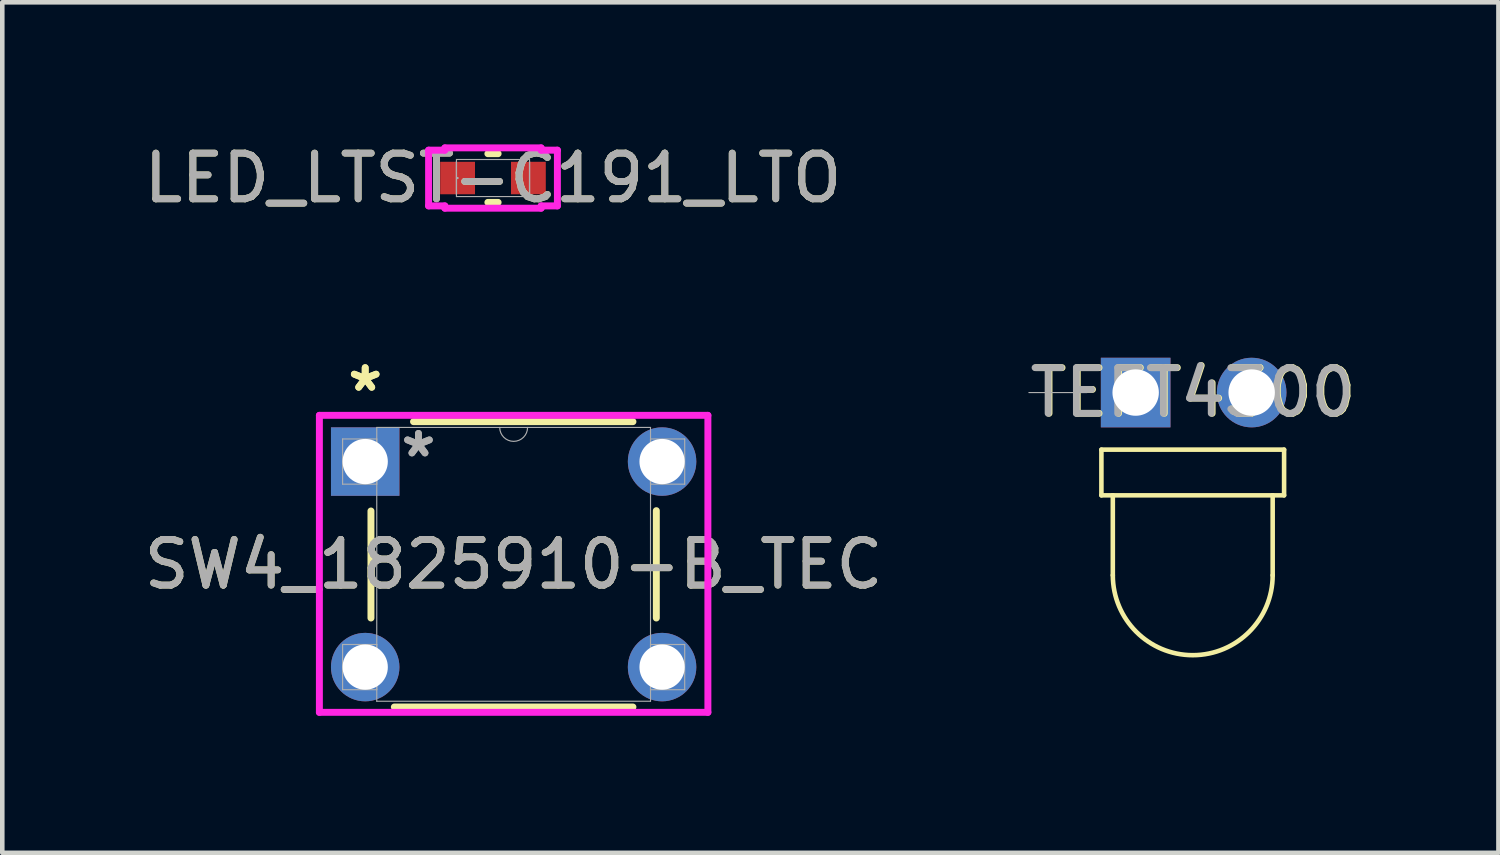
<source format=kicad_pcb>
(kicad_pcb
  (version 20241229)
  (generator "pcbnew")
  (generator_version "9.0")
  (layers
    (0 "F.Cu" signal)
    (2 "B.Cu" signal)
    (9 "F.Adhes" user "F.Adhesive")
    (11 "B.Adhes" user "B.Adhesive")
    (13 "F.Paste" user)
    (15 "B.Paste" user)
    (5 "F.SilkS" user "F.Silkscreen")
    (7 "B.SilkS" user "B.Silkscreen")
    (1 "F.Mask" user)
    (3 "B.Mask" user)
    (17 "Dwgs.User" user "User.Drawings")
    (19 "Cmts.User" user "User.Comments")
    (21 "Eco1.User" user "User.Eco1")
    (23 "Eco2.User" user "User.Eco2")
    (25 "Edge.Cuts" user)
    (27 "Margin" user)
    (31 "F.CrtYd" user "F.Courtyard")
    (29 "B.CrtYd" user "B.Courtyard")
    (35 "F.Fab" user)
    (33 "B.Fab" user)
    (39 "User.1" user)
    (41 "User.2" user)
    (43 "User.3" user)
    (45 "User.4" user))
  (footprint "SW4_1825910-B_TEC"
    (layer "F.Cu")
    (at 11.446 11.556)
    (property "Reference" "SW4_1825910-B_TEC" (at -3.25 -2.25 0) (unlocked yes) (layer "F.SilkS") (effects (font (size 1 1) (thickness 0.15))))
    (attr through_hole)
    (fp_line (start -6.374 -3.418) (end -6.374 -1.075) (stroke (width 0.152) (type solid)) (layer "F.SilkS"))
    (fp_line (start -5.862 0.874) (end -0.638 0.874) (stroke (width 0.152) (type solid)) (layer "F.SilkS"))
    (fp_line (start -0.638 -5.374) (end -5.442 -5.374) (stroke (width 0.152) (type solid)) (layer "F.SilkS"))
    (fp_line (start -0.126 -1.075) (end -0.126 -3.425) (stroke (width 0.152) (type solid)) (layer "F.SilkS"))
    (fp_line (start -7.503 -5.512) (end 1.003 -5.512) (stroke (width 0.152) (type solid)) (layer "F.CrtYd"))
    (fp_line (start -7.503 0.991) (end -7.503 -5.512) (stroke (width 0.152) (type solid)) (layer "F.CrtYd"))
    (fp_line (start 1.003 -5.512) (end 1.003 0.991) (stroke (width 0.152) (type solid)) (layer "F.CrtYd"))
    (fp_line (start 1.003 0.991) (end -7.503 0.991) (stroke (width 0.152) (type solid)) (layer "F.CrtYd"))
    (fp_line (start -6.995 -4.995) (end -6.995 -4.005) (stroke (width 0.025) (type solid)) (layer "F.Fab"))
    (fp_line (start -6.995 -4.005) (end -6.247 -4.005) (stroke (width 0.025) (type solid)) (layer "F.Fab"))
    (fp_line (start -6.995 -0.495) (end -6.995 0.495) (stroke (width 0.025) (type solid)) (layer "F.Fab"))
    (fp_line (start -6.995 0.495) (end -6.247 0.495) (stroke (width 0.025) (type solid)) (layer "F.Fab"))
    (fp_line (start -6.247 -5.247) (end -6.247 0.747) (stroke (width 0.025) (type solid)) (layer "F.Fab"))
    (fp_line (start -6.247 -4.995) (end -6.995 -4.995) (stroke (width 0.025) (type solid)) (layer "F.Fab"))
    (fp_line (start -6.247 -4.005) (end -6.247 -4.995) (stroke (width 0.025) (type solid)) (layer "F.Fab"))
    (fp_line (start -6.247 -0.495) (end -6.995 -0.495) (stroke (width 0.025) (type solid)) (layer "F.Fab"))
    (fp_line (start -6.247 0.495) (end -6.247 -0.495) (stroke (width 0.025) (type solid)) (layer "F.Fab"))
    (fp_line (start -6.247 0.747) (end -0.253 0.747) (stroke (width 0.025) (type solid)) (layer "F.Fab"))
    (fp_line (start -0.253 -5.247) (end -6.247 -5.247) (stroke (width 0.025) (type solid)) (layer "F.Fab"))
    (fp_line (start -0.253 -4.995) (end -0.253 -4.005) (stroke (width 0.025) (type solid)) (layer "F.Fab"))
    (fp_line (start -0.253 -4.005) (end 0.495 -4.005) (stroke (width 0.025) (type solid)) (layer "F.Fab"))
    (fp_line (start -0.253 -0.495) (end -0.253 0.495) (stroke (width 0.025) (type solid)) (layer "F.Fab"))
    (fp_line (start -0.253 0.495) (end 0.495 0.495) (stroke (width 0.025) (type solid)) (layer "F.Fab"))
    (fp_line (start -0.253 0.747) (end -0.253 -5.247) (stroke (width 0.025) (type solid)) (layer "F.Fab"))
    (fp_line (start 0.495 -4.995) (end -0.253 -4.995) (stroke (width 0.025) (type solid)) (layer "F.Fab"))
    (fp_line (start 0.495 -4.005) (end 0.495 -4.995) (stroke (width 0.025) (type solid)) (layer "F.Fab"))
    (fp_line (start 0.495 -0.495) (end -0.253 -0.495) (stroke (width 0.025) (type solid)) (layer "F.Fab"))
    (fp_line (start 0.495 0.495) (end 0.495 -0.495) (stroke (width 0.025) (type solid)) (layer "F.Fab"))
    (fp_arc (start -2.9452 -5.247201) (mid -3.25 -4.942401) (end -3.5548 -5.247201) (stroke (width 0.0254) (type solid)) (layer "F.Fab"))
    (fp_text user "*" (at -6.5 -6.011 0) (layer "F.SilkS") (effects (font (size 1 1) (thickness 0.15))))
    (fp_text user "*" (at -6.5 -6.011 0) (unlocked yes) (layer "F.SilkS") (effects (font (size 1 1) (thickness 0.15))))
    (fp_text user "*" (at -5.334 -4.572 0) (unlocked yes) (layer "F.Fab") (effects (font (size 1 1) (thickness 0.15))))
    (fp_text user "${REFERENCE}" (at -3.25 -2.25 0) (unlocked yes) (layer "F.Fab") (effects (font (size 1 1) (thickness 0.15))))
    (fp_text user "*" (at -5.334 -4.572 0) (layer "F.Fab") (effects (font (size 1 1) (thickness 0.15))))
    (pad "1" thru_hole rect (at -6.5 -4.5) (size 1.499 1.499) (drill 0.991) (layers "*.Cu" "*.Mask"))
    (pad "2" thru_hole circle (at 0.000001 -4.5) (size 1.499 1.499) (drill 0.991) (layers "*.Cu" "*.Mask"))
    (pad "3" thru_hole circle (at -6.5 0) (size 1.499 1.499) (drill 0.991) (layers "*.Cu" "*.Mask"))
    (pad "4" thru_hole circle (at 0.000001 0) (size 1.499 1.499) (drill 0.991) (layers "*.Cu" "*.Mask")))
  (footprint "LED_LTST-C191_LTO"
    (layer "F.Cu")
    (at 7.744 0.848)
    (property "Reference" "LED_LTST-C191_LTO" (at 0 0 0) (unlocked yes) (layer "F.SilkS") (effects (font (size 1 1) (thickness 0.15))))
    (attr smd)
    (fp_line (start -0.112 0.533) (end 0.112 0.533) (stroke (width 0.152) (type solid)) (layer "F.SilkS"))
    (fp_line (start 0.112 -0.533) (end -0.112 -0.533) (stroke (width 0.152) (type solid)) (layer "F.SilkS"))
    (fp_line (start -1.41 -0.61) (end -1.054 -0.61) (stroke (width 0.152) (type solid)) (layer "F.CrtYd"))
    (fp_line (start -1.41 0.61) (end -1.41 -0.61) (stroke (width 0.152) (type solid)) (layer "F.CrtYd"))
    (fp_line (start -1.054 -0.66) (end 1.054 -0.66) (stroke (width 0.152) (type solid)) (layer "F.CrtYd"))
    (fp_line (start -1.054 -0.61) (end -1.054 -0.66) (stroke (width 0.152) (type solid)) (layer "F.CrtYd"))
    (fp_line (start -1.054 0.61) (end -1.41 0.61) (stroke (width 0.152) (type solid)) (layer "F.CrtYd"))
    (fp_line (start -1.054 0.66) (end -1.054 0.61) (stroke (width 0.152) (type solid)) (layer "F.CrtYd"))
    (fp_line (start 1.054 -0.66) (end 1.054 -0.61) (stroke (width 0.152) (type solid)) (layer "F.CrtYd"))
    (fp_line (start 1.054 -0.61) (end 1.41 -0.61) (stroke (width 0.152) (type solid)) (layer "F.CrtYd"))
    (fp_line (start 1.054 0.61) (end 1.054 0.66) (stroke (width 0.152) (type solid)) (layer "F.CrtYd"))
    (fp_line (start 1.054 0.66) (end -1.054 0.66) (stroke (width 0.152) (type solid)) (layer "F.CrtYd"))
    (fp_line (start 1.41 -0.61) (end 1.41 0.61) (stroke (width 0.152) (type solid)) (layer "F.CrtYd"))
    (fp_line (start 1.41 0.61) (end 1.054 0.61) (stroke (width 0.152) (type solid)) (layer "F.CrtYd"))
    (fp_line (start -0.8 -0.406) (end -0.8 0.406) (stroke (width 0.025) (type solid)) (layer "F.Fab"))
    (fp_line (start -0.8 -0.356) (end -0.8 -0.356) (stroke (width 0.025) (type solid)) (layer "F.Fab"))
    (fp_line (start -0.8 -0.356) (end -0.8 0.356) (stroke (width 0.025) (type solid)) (layer "F.Fab"))
    (fp_line (start -0.8 0.356) (end -0.8 -0.356) (stroke (width 0.025) (type solid)) (layer "F.Fab"))
    (fp_line (start -0.8 0.356) (end -0.8 0.356) (stroke (width 0.025) (type solid)) (layer "F.Fab"))
    (fp_line (start -0.8 0.406) (end 0.8 0.406) (stroke (width 0.025) (type solid)) (layer "F.Fab"))
    (fp_line (start 0.8 -0.406) (end -0.8 -0.406) (stroke (width 0.025) (type solid)) (layer "F.Fab"))
    (fp_line (start 0.8 -0.356) (end 0.8 -0.356) (stroke (width 0.025) (type solid)) (layer "F.Fab"))
    (fp_line (start 0.8 -0.356) (end 0.8 0.356) (stroke (width 0.025) (type solid)) (layer "F.Fab"))
    (fp_line (start 0.8 0.356) (end 0.8 -0.356) (stroke (width 0.025) (type solid)) (layer "F.Fab"))
    (fp_line (start 0.8 0.356) (end 0.8 0.356) (stroke (width 0.025) (type solid)) (layer "F.Fab"))
    (fp_line (start 0.8 0.406) (end 0.8 -0.406) (stroke (width 0.025) (type solid)) (layer "F.Fab"))
    (fp_circle (center -0.775 0) (end -0.775 0) (stroke (width 0.025) (type solid)) (fill no) (layer "F.Fab"))
    (fp_text user "${REFERENCE}" (at 0 0 0) (unlocked yes) (layer "F.Fab") (effects (font (size 1 1) (thickness 0.15))))
    (pad "1" smd rect (at -0.775 0) (size 0.762 0.711) (layers "F.Cu" "F.Mask" "F.Paste"))
    (pad "2" smd rect (at 0.775 0) (size 0.762 0.711) (layers "F.Cu" "F.Mask" "F.Paste"))
    (zone (net_name "") (layer "F.Cu") (hatch full 0.508) (connect_pads) (min_thickness 0.254) (filled_areas_thickness no) (keepout (tracks not_allowed) (vias not_allowed) (pads allowed) (copperpour not_allowed) (footprints allowed)) (placement (enabled no)) (fill) (polygon (pts (xy 7.401 0.493) (xy 8.087 0.493) (xy 8.087 1.204) (xy 7.401 1.204)))))
  (footprint "TEFT4300"
    (layer "F.Cu")
    (at 21.815 5.545)
    (property "Reference" "TEFT4300" (at 1.27 0 0) (unlocked yes) (layer "F.SilkS") (effects (font (size 1 1) (thickness 0.15))))
    (attr through_hole)
    (fp_line (start -0.75 1.25) (end -0.75 2.25) (stroke (width 0.1) (type default)) (layer "F.SilkS"))
    (fp_line (start -0.75 1.25) (end 3.25 1.25) (stroke (width 0.1) (type default)) (layer "F.SilkS"))
    (fp_line (start -0.75 2.25) (end -0.5 2.25) (stroke (width 0.1) (type default)) (layer "F.SilkS"))
    (fp_line (start -0.5 2.25) (end -0.5 4) (stroke (width 0.1) (type default)) (layer "F.SilkS"))
    (fp_line (start 3 2.25) (end -0.5 2.25) (stroke (width 0.1) (type default)) (layer "F.SilkS"))
    (fp_line (start 3 2.25) (end 3.25 2.25) (stroke (width 0.1) (type default)) (layer "F.SilkS"))
    (fp_line (start 3 4) (end 3 2.25) (stroke (width 0.1) (type default)) (layer "F.SilkS"))
    (fp_line (start 3.25 2.25) (end 3.25 1.25) (stroke (width 0.1) (type default)) (layer "F.SilkS"))
    (fp_arc (start 3 4) (mid 1.25 5.75) (end -0.5 4) (stroke (width 0.1) (type default)) (layer "F.SilkS"))
    (fp_line (start -1.067 0) (end -2.337 0) (stroke (width 0.025) (type solid)) (layer "F.Fab"))
    (fp_text user "${REFERENCE}" (at 1.25 0 0) (unlocked yes) (layer "F.Fab") (effects (font (size 1 1) (thickness 0.15))))
    (pad "1" thru_hole rect (at 0 0) (size 1.524 1.524) (drill 1.016) (layers "*.Cu" "*.Mask"))
    (pad "2" thru_hole circle (at 2.54 0) (size 1.524 1.524) (drill 1.016) (layers "*.Cu" "*.Mask")))
  (gr_rect
    (start -3 -3)
    (end 29.758 15.623)
    (stroke (width 0.1) (type default))
    (fill no)
    (layer "Edge.Cuts")))
</source>
